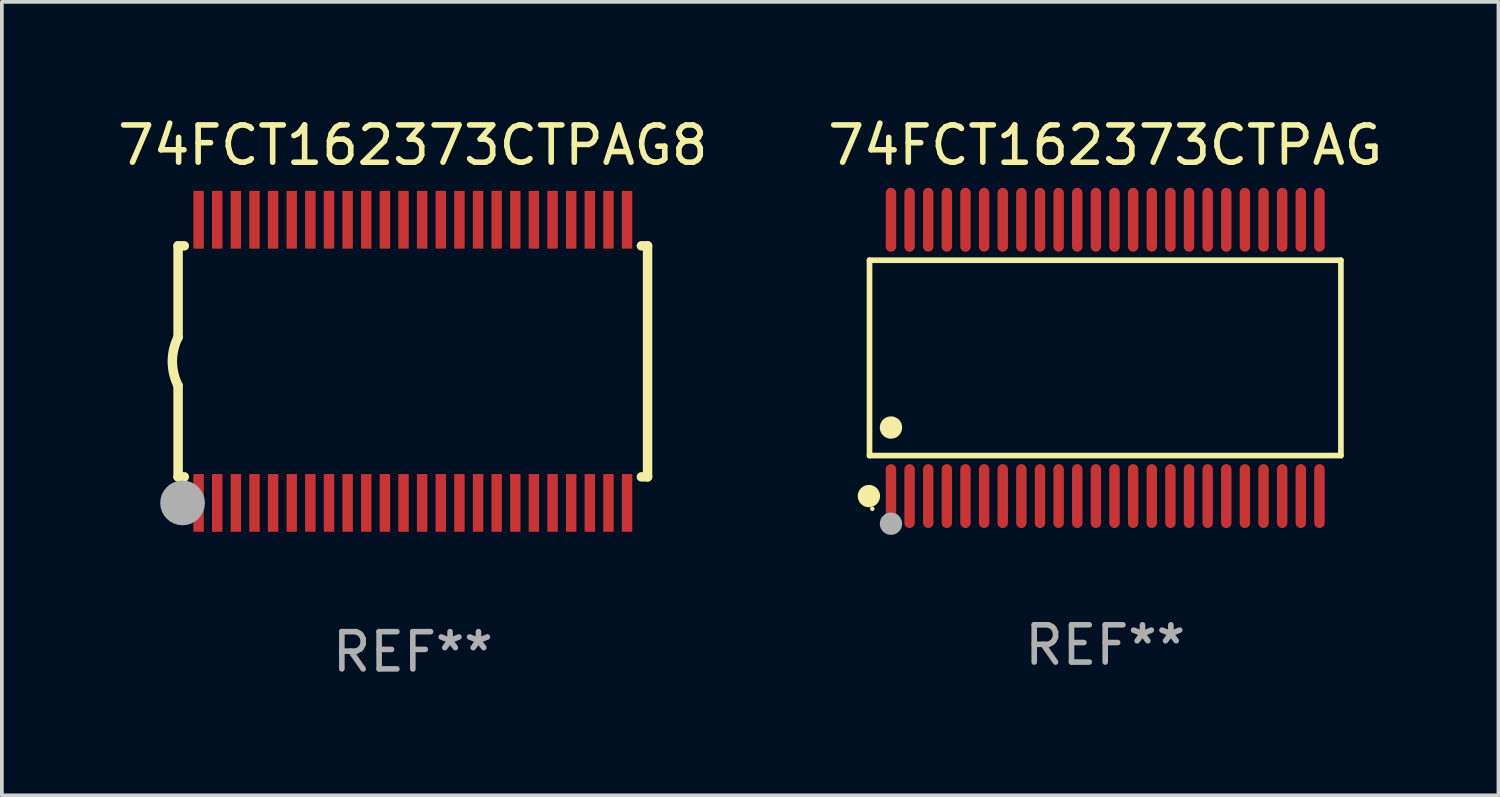
<source format=kicad_pcb>
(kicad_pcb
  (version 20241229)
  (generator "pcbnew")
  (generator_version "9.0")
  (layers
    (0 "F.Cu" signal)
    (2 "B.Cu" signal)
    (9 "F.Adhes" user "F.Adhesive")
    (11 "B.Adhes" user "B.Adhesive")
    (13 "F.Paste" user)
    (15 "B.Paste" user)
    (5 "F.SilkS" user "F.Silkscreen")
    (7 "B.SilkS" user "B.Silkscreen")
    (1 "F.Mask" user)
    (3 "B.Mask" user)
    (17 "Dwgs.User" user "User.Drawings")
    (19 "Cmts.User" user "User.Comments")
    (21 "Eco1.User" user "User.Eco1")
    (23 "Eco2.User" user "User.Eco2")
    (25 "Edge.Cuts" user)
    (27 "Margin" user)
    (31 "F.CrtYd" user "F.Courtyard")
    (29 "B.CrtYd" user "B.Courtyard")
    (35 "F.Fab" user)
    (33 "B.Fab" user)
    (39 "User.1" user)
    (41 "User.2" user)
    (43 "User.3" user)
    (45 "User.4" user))
  (footprint "74FCT162373CTPAG8"
    (layer "F.Cu")
    (at 8.03 6.648)
    (property "Reference" "74FCT162373CTPAG8" (at 0 -5.8 0) (layer "F.SilkS") (effects (font (size 1 1) (thickness 0.15))))
    (attr through_hole)
    (fp_line (start -6.3 -3.1) (end -6.3 -0.65) (stroke (width 0.254) (type solid)) (layer "F.SilkS"))
    (fp_line (start -6.3 -3.1) (end -6.134 -3.1) (stroke (width 0.254) (type solid)) (layer "F.SilkS"))
    (fp_line (start -6.3 3.1) (end -6.3 0.65) (stroke (width 0.254) (type solid)) (layer "F.SilkS"))
    (fp_line (start -6.3 3.1) (end -6.134 3.1) (stroke (width 0.254) (type solid)) (layer "F.SilkS"))
    (fp_line (start 6.134 -3.1) (end 6.3 -3.1) (stroke (width 0.254) (type solid)) (layer "F.SilkS"))
    (fp_line (start 6.134 3.1) (end 6.3 3.1) (stroke (width 0.254) (type solid)) (layer "F.SilkS"))
    (fp_line (start 6.3 -3.1) (end 6.3 3.1) (stroke (width 0.254) (type solid)) (layer "F.SilkS"))
    (fp_arc (start -6.301016 0.650114) (mid -6.45413 -0.000082) (end -6.3 -0.650038) (stroke (width 0.254001) (type solid)) (layer "F.SilkS"))
    (fp_circle (center -6.35 3.81) (end -6.223 3.81) (stroke (width 0.254) (type solid)) (fill no) (layer "F.SilkS"))
    (fp_circle (center -6.25 4.05) (end -6.22 4.05) (stroke (width 0.06) (type solid)) (fill no) (layer "F.SilkS"))
    (fp_circle (center -6.18 3.8) (end -5.88 3.8) (stroke (width 0.6) (type solid)) (fill no) (layer "F.Fab"))
    (fp_text user "REF**" (at 0 7.8 0) (layer "F.Fab") (effects (font (size 1 1) (thickness 0.15))))
    (pad "1" smd rect (at -5.75 3.8) (size 0.28 1.55) (layers "F.Cu" "F.Mask" "F.Paste"))
    (pad "2" smd rect (at -5.25 3.8) (size 0.28 1.55) (layers "F.Cu" "F.Mask" "F.Paste"))
    (pad "3" smd rect (at -4.75 3.8) (size 0.28 1.55) (layers "F.Cu" "F.Mask" "F.Paste"))
    (pad "4" smd rect (at -4.25 3.8) (size 0.28 1.55) (layers "F.Cu" "F.Mask" "F.Paste"))
    (pad "5" smd rect (at -3.75 3.8) (size 0.28 1.55) (layers "F.Cu" "F.Mask" "F.Paste"))
    (pad "6" smd rect (at -3.25 3.8) (size 0.28 1.55) (layers "F.Cu" "F.Mask" "F.Paste"))
    (pad "7" smd rect (at -2.75 3.8) (size 0.28 1.55) (layers "F.Cu" "F.Mask" "F.Paste"))
    (pad "8" smd rect (at -2.25 3.8) (size 0.28 1.55) (layers "F.Cu" "F.Mask" "F.Paste"))
    (pad "9" smd rect (at -1.75 3.8) (size 0.28 1.55) (layers "F.Cu" "F.Mask" "F.Paste"))
    (pad "10" smd rect (at -1.25 3.8) (size 0.28 1.55) (layers "F.Cu" "F.Mask" "F.Paste"))
    (pad "11" smd rect (at -0.75 3.8) (size 0.28 1.55) (layers "F.Cu" "F.Mask" "F.Paste"))
    (pad "12" smd rect (at -0.25 3.8) (size 0.28 1.55) (layers "F.Cu" "F.Mask" "F.Paste"))
    (pad "13" smd rect (at 0.25 3.8) (size 0.28 1.55) (layers "F.Cu" "F.Mask" "F.Paste"))
    (pad "14" smd rect (at 0.75 3.8) (size 0.28 1.55) (layers "F.Cu" "F.Mask" "F.Paste"))
    (pad "15" smd rect (at 1.25 3.8) (size 0.28 1.55) (layers "F.Cu" "F.Mask" "F.Paste"))
    (pad "16" smd rect (at 1.75 3.8) (size 0.28 1.55) (layers "F.Cu" "F.Mask" "F.Paste"))
    (pad "17" smd rect (at 2.25 3.8) (size 0.28 1.55) (layers "F.Cu" "F.Mask" "F.Paste"))
    (pad "18" smd rect (at 2.75 3.8) (size 0.28 1.55) (layers "F.Cu" "F.Mask" "F.Paste"))
    (pad "19" smd rect (at 3.25 3.8) (size 0.28 1.55) (layers "F.Cu" "F.Mask" "F.Paste"))
    (pad "20" smd rect (at 3.75 3.8) (size 0.28 1.55) (layers "F.Cu" "F.Mask" "F.Paste"))
    (pad "21" smd rect (at 4.25 3.8) (size 0.28 1.55) (layers "F.Cu" "F.Mask" "F.Paste"))
    (pad "22" smd rect (at 4.75 3.8) (size 0.28 1.55) (layers "F.Cu" "F.Mask" "F.Paste"))
    (pad "23" smd rect (at 5.25 3.8) (size 0.28 1.55) (layers "F.Cu" "F.Mask" "F.Paste"))
    (pad "24" smd rect (at 5.75 3.8) (size 0.28 1.55) (layers "F.Cu" "F.Mask" "F.Paste"))
    (pad "25" smd rect (at 5.75 -3.8) (size 0.28 1.55) (layers "F.Cu" "F.Mask" "F.Paste"))
    (pad "26" smd rect (at 5.25 -3.8) (size 0.28 1.55) (layers "F.Cu" "F.Mask" "F.Paste"))
    (pad "27" smd rect (at 4.75 -3.8) (size 0.28 1.55) (layers "F.Cu" "F.Mask" "F.Paste"))
    (pad "28" smd rect (at 4.25 -3.8) (size 0.28 1.55) (layers "F.Cu" "F.Mask" "F.Paste"))
    (pad "29" smd rect (at 3.75 -3.8) (size 0.28 1.55) (layers "F.Cu" "F.Mask" "F.Paste"))
    (pad "30" smd rect (at 3.25 -3.8) (size 0.28 1.55) (layers "F.Cu" "F.Mask" "F.Paste"))
    (pad "31" smd rect (at 2.75 -3.8) (size 0.28 1.55) (layers "F.Cu" "F.Mask" "F.Paste"))
    (pad "32" smd rect (at 2.25 -3.8) (size 0.28 1.55) (layers "F.Cu" "F.Mask" "F.Paste"))
    (pad "33" smd rect (at 1.75 -3.8) (size 0.28 1.55) (layers "F.Cu" "F.Mask" "F.Paste"))
    (pad "34" smd rect (at 1.25 -3.8) (size 0.28 1.55) (layers "F.Cu" "F.Mask" "F.Paste"))
    (pad "35" smd rect (at 0.75 -3.8) (size 0.28 1.55) (layers "F.Cu" "F.Mask" "F.Paste"))
    (pad "36" smd rect (at 0.25 -3.8) (size 0.28 1.55) (layers "F.Cu" "F.Mask" "F.Paste"))
    (pad "37" smd rect (at -0.25 -3.8) (size 0.28 1.55) (layers "F.Cu" "F.Mask" "F.Paste"))
    (pad "38" smd rect (at -0.75 -3.8) (size 0.28 1.55) (layers "F.Cu" "F.Mask" "F.Paste"))
    (pad "39" smd rect (at -1.25 -3.8) (size 0.28 1.55) (layers "F.Cu" "F.Mask" "F.Paste"))
    (pad "40" smd rect (at -1.75 -3.8) (size 0.28 1.55) (layers "F.Cu" "F.Mask" "F.Paste"))
    (pad "41" smd rect (at -2.25 -3.8) (size 0.28 1.55) (layers "F.Cu" "F.Mask" "F.Paste"))
    (pad "42" smd rect (at -2.75 -3.8) (size 0.28 1.55) (layers "F.Cu" "F.Mask" "F.Paste"))
    (pad "43" smd rect (at -3.25 -3.8) (size 0.28 1.55) (layers "F.Cu" "F.Mask" "F.Paste"))
    (pad "44" smd rect (at -3.75 -3.8) (size 0.28 1.55) (layers "F.Cu" "F.Mask" "F.Paste"))
    (pad "45" smd rect (at -4.25 -3.8) (size 0.28 1.55) (layers "F.Cu" "F.Mask" "F.Paste"))
    (pad "46" smd rect (at -4.75 -3.8) (size 0.28 1.55) (layers "F.Cu" "F.Mask" "F.Paste"))
    (pad "47" smd rect (at -5.25 -3.8) (size 0.28 1.55) (layers "F.Cu" "F.Mask" "F.Paste"))
    (pad "48" smd rect (at -5.75 -3.8) (size 0.28 1.55) (layers "F.Cu" "F.Mask" "F.Paste")))
  (footprint "74FCT162373CTPAG"
    (layer "F.Cu")
    (at 26.613 6.556)
    (property "Reference" "74FCT162373CTPAG" (at 0 -5.708 0) (layer "F.SilkS") (effects (font (size 1 1) (thickness 0.15))))
    (attr through_hole)
    (fp_line (start -6.326 -2.622) (end 6.326 -2.622) (stroke (width 0.152) (type solid)) (layer "F.SilkS"))
    (fp_line (start -6.326 2.621) (end -6.326 -2.622) (stroke (width 0.152) (type solid)) (layer "F.SilkS"))
    (fp_line (start 6.326 -2.622) (end 6.326 2.621) (stroke (width 0.152) (type solid)) (layer "F.SilkS"))
    (fp_line (start 6.326 2.621) (end -6.326 2.621) (stroke (width 0.152) (type solid)) (layer "F.SilkS"))
    (fp_circle (center -6.342 3.708) (end -6.192 3.708) (stroke (width 0.3) (type solid)) (fill no) (layer "F.SilkS"))
    (fp_circle (center -6.25 4.05) (end -6.22 4.05) (stroke (width 0.06) (type solid)) (fill no) (layer "F.SilkS"))
    (fp_circle (center -5.75 1.869) (end -5.6 1.869) (stroke (width 0.3) (type solid)) (fill no) (layer "F.SilkS"))
    (fp_circle (center -5.75 4.45) (end -5.6 4.45) (stroke (width 0.3) (type solid)) (fill no) (layer "F.Fab"))
    (fp_text user "REF**" (at 0 7.708 0) (layer "F.Fab") (effects (font (size 1 1) (thickness 0.15))))
    (pad "1" smd oval (at -5.75 3.708) (size 0.28 1.715) (layers "F.Cu" "F.Mask" "F.Paste"))
    (pad "2" smd oval (at -5.25 3.708) (size 0.28 1.715) (layers "F.Cu" "F.Mask" "F.Paste"))
    (pad "3" smd oval (at -4.75 3.708) (size 0.28 1.715) (layers "F.Cu" "F.Mask" "F.Paste"))
    (pad "4" smd oval (at -4.25 3.708) (size 0.28 1.715) (layers "F.Cu" "F.Mask" "F.Paste"))
    (pad "5" smd oval (at -3.75 3.708) (size 0.28 1.715) (layers "F.Cu" "F.Mask" "F.Paste"))
    (pad "6" smd oval (at -3.25 3.708) (size 0.28 1.715) (layers "F.Cu" "F.Mask" "F.Paste"))
    (pad "7" smd oval (at -2.75 3.708) (size 0.28 1.715) (layers "F.Cu" "F.Mask" "F.Paste"))
    (pad "8" smd oval (at -2.25 3.708) (size 0.28 1.715) (layers "F.Cu" "F.Mask" "F.Paste"))
    (pad "9" smd oval (at -1.75 3.708) (size 0.28 1.715) (layers "F.Cu" "F.Mask" "F.Paste"))
    (pad "10" smd oval (at -1.25 3.708) (size 0.28 1.715) (layers "F.Cu" "F.Mask" "F.Paste"))
    (pad "11" smd oval (at -0.75 3.708) (size 0.28 1.715) (layers "F.Cu" "F.Mask" "F.Paste"))
    (pad "12" smd oval (at -0.25 3.708) (size 0.28 1.715) (layers "F.Cu" "F.Mask" "F.Paste"))
    (pad "13" smd oval (at 0.25 3.708) (size 0.28 1.715) (layers "F.Cu" "F.Mask" "F.Paste"))
    (pad "14" smd oval (at 0.75 3.708) (size 0.28 1.715) (layers "F.Cu" "F.Mask" "F.Paste"))
    (pad "15" smd oval (at 1.25 3.708) (size 0.28 1.715) (layers "F.Cu" "F.Mask" "F.Paste"))
    (pad "16" smd oval (at 1.75 3.708) (size 0.28 1.715) (layers "F.Cu" "F.Mask" "F.Paste"))
    (pad "17" smd oval (at 2.25 3.708) (size 0.28 1.715) (layers "F.Cu" "F.Mask" "F.Paste"))
    (pad "18" smd oval (at 2.75 3.708) (size 0.28 1.715) (layers "F.Cu" "F.Mask" "F.Paste"))
    (pad "19" smd oval (at 3.25 3.708) (size 0.28 1.715) (layers "F.Cu" "F.Mask" "F.Paste"))
    (pad "20" smd oval (at 3.75 3.708) (size 0.28 1.715) (layers "F.Cu" "F.Mask" "F.Paste"))
    (pad "21" smd oval (at 4.25 3.708) (size 0.28 1.715) (layers "F.Cu" "F.Mask" "F.Paste"))
    (pad "22" smd oval (at 4.75 3.708) (size 0.28 1.715) (layers "F.Cu" "F.Mask" "F.Paste"))
    (pad "23" smd oval (at 5.25 3.708) (size 0.28 1.715) (layers "F.Cu" "F.Mask" "F.Paste"))
    (pad "24" smd oval (at 5.75 3.708) (size 0.28 1.715) (layers "F.Cu" "F.Mask" "F.Paste"))
    (pad "25" smd oval (at 5.75 -3.708) (size 0.28 1.715) (layers "F.Cu" "F.Mask" "F.Paste"))
    (pad "26" smd oval (at 5.25 -3.708) (size 0.28 1.715) (layers "F.Cu" "F.Mask" "F.Paste"))
    (pad "27" smd oval (at 4.75 -3.708) (size 0.28 1.715) (layers "F.Cu" "F.Mask" "F.Paste"))
    (pad "28" smd oval (at 4.25 -3.708) (size 0.28 1.715) (layers "F.Cu" "F.Mask" "F.Paste"))
    (pad "29" smd oval (at 3.75 -3.708) (size 0.28 1.715) (layers "F.Cu" "F.Mask" "F.Paste"))
    (pad "30" smd oval (at 3.25 -3.708) (size 0.28 1.715) (layers "F.Cu" "F.Mask" "F.Paste"))
    (pad "31" smd oval (at 2.75 -3.708) (size 0.28 1.715) (layers "F.Cu" "F.Mask" "F.Paste"))
    (pad "32" smd oval (at 2.25 -3.708) (size 0.28 1.715) (layers "F.Cu" "F.Mask" "F.Paste"))
    (pad "33" smd oval (at 1.75 -3.708) (size 0.28 1.715) (layers "F.Cu" "F.Mask" "F.Paste"))
    (pad "34" smd oval (at 1.25 -3.708) (size 0.28 1.715) (layers "F.Cu" "F.Mask" "F.Paste"))
    (pad "35" smd oval (at 0.75 -3.708) (size 0.28 1.715) (layers "F.Cu" "F.Mask" "F.Paste"))
    (pad "36" smd oval (at 0.25 -3.708) (size 0.28 1.715) (layers "F.Cu" "F.Mask" "F.Paste"))
    (pad "37" smd oval (at -0.25 -3.708) (size 0.28 1.715) (layers "F.Cu" "F.Mask" "F.Paste"))
    (pad "38" smd oval (at -0.75 -3.708) (size 0.28 1.715) (layers "F.Cu" "F.Mask" "F.Paste"))
    (pad "39" smd oval (at -1.25 -3.708) (size 0.28 1.715) (layers "F.Cu" "F.Mask" "F.Paste"))
    (pad "40" smd oval (at -1.75 -3.708) (size 0.28 1.715) (layers "F.Cu" "F.Mask" "F.Paste"))
    (pad "41" smd oval (at -2.25 -3.708) (size 0.28 1.715) (layers "F.Cu" "F.Mask" "F.Paste"))
    (pad "42" smd oval (at -2.75 -3.708) (size 0.28 1.715) (layers "F.Cu" "F.Mask" "F.Paste"))
    (pad "43" smd oval (at -3.25 -3.708) (size 0.28 1.715) (layers "F.Cu" "F.Mask" "F.Paste"))
    (pad "44" smd oval (at -3.75 -3.708) (size 0.28 1.715) (layers "F.Cu" "F.Mask" "F.Paste"))
    (pad "45" smd oval (at -4.25 -3.708) (size 0.28 1.715) (layers "F.Cu" "F.Mask" "F.Paste"))
    (pad "46" smd oval (at -4.75 -3.708) (size 0.28 1.715) (layers "F.Cu" "F.Mask" "F.Paste"))
    (pad "47" smd oval (at -5.25 -3.708) (size 0.28 1.715) (layers "F.Cu" "F.Mask" "F.Paste"))
    (pad "48" smd oval (at -5.75 -3.708) (size 0.28 1.715) (layers "F.Cu" "F.Mask" "F.Paste")))
  (gr_rect
    (start -3 -3)
    (end 37.167 18.296)
    (stroke (width 0.1) (type default))
    (fill no)
    (layer "Edge.Cuts")))
</source>
